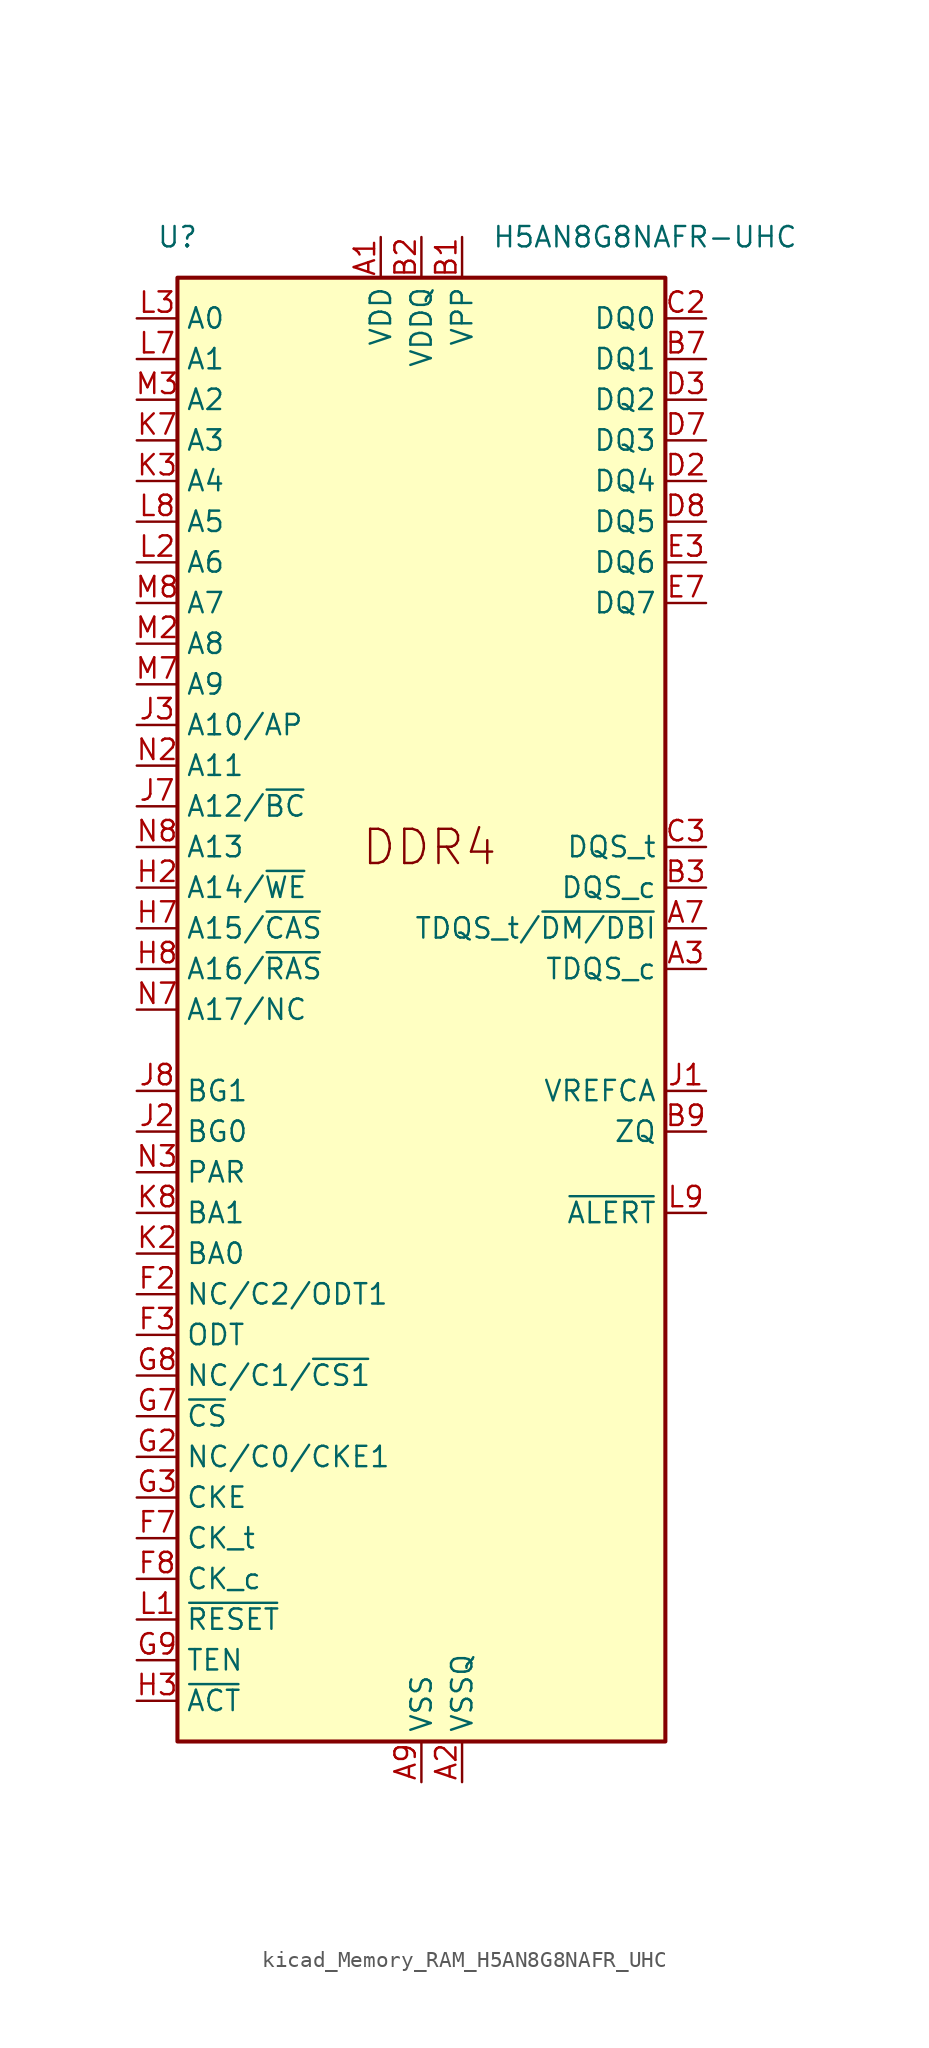
<source format=kicad_sym>
(kicad_symbol_lib
  (version 20220914)
  (generator kicad_symbol_editor)
  (symbol "kicad_Memory_RAM_H5AN8G8NAFR_UHC"
    (property "Reference" "U"
      (at -15.24 48.26 0)
      (effects (font (size 1.27 1.27))))
    (property "Value" "H5AN8G8NAFR-UHC"
      (at 13.97 48.26 0)
      (effects (font (size 1.27 1.27))))
    (symbol "kicad_Memory_RAM_H5AN8G8NAFR_UHC_0_1"
      (rectangle (start -15.24 -45.72) (end 15.24 45.72) (stroke (width 0.254) (type default)) (fill (type background)))
      (pin power_in line (at -2.54 48.26 270) (length 2.54) (name "VDD" (effects (font (size 1.27 1.27)))) (number "A1" (effects (font (size 1.27 1.27)))))
      (pin power_in line (at 2.54 -48.26 90) (length 2.54) (name "VSSQ" (effects (font (size 1.27 1.27)))) (number "A2" (effects (font (size 1.27 1.27)))))
      (pin output line (at 17.78 2.54 180) (length 2.54) (name "TDQS_c" (effects (font (size 1.27 1.27)))) (number "A3" (effects (font (size 1.27 1.27)))))
      (pin bidirectional line (at 17.78 5.08 180) (length 2.54) (name "TDQS_t/~{DM/DBI}" (effects (font (size 1.27 1.27)))) (number "A7" (effects (font (size 1.27 1.27)))))
      (pin passive line (at 2.54 -48.26 90) (length 2.54) hide (name "VSSQ" (effects (font (size 1.27 1.27)))) (number "A8" (effects (font (size 1.27 1.27)))))
      (pin power_in line (at 0 -48.26 90) (length 2.54) (name "VSS" (effects (font (size 1.27 1.27)))) (number "A9" (effects (font (size 1.27 1.27)))))
      (pin power_in line (at 2.54 48.26 270) (length 2.54) (name "VPP" (effects (font (size 1.27 1.27)))) (number "B1" (effects (font (size 1.27 1.27)))))
      (pin power_in line (at 0 48.26 270) (length 2.54) (name "VDDQ" (effects (font (size 1.27 1.27)))) (number "B2" (effects (font (size 1.27 1.27)))))
      (pin bidirectional line (at 17.78 7.62 180) (length 2.54) (name "DQS_c" (effects (font (size 1.27 1.27)))) (number "B3" (effects (font (size 1.27 1.27)))))
      (pin bidirectional line (at 17.78 40.64 180) (length 2.54) (name "DQ1" (effects (font (size 1.27 1.27)))) (number "B7" (effects (font (size 1.27 1.27)))))
      (pin passive line (at 0 48.26 270) (length 2.54) hide (name "VDDQ" (effects (font (size 1.27 1.27)))) (number "B8" (effects (font (size 1.27 1.27)))))
      (pin passive line (at 17.78 -7.62 180) (length 2.54) (name "ZQ" (effects (font (size 1.27 1.27)))) (number "B9" (effects (font (size 1.27 1.27)))))
      (pin passive line (at 0 48.26 270) (length 2.54) hide (name "VDDQ" (effects (font (size 1.27 1.27)))) (number "C1" (effects (font (size 1.27 1.27)))))
      (pin bidirectional line (at 17.78 43.18 180) (length 2.54) (name "DQ0" (effects (font (size 1.27 1.27)))) (number "C2" (effects (font (size 1.27 1.27)))))
      (pin bidirectional line (at 17.78 10.16 180) (length 2.54) (name "DQS_t" (effects (font (size 1.27 1.27)))) (number "C3" (effects (font (size 1.27 1.27)))))
      (pin passive line (at -2.54 48.26 270) (length 2.54) hide (name "VDD" (effects (font (size 1.27 1.27)))) (number "C7" (effects (font (size 1.27 1.27)))))
      (pin passive line (at 0 -48.26 90) (length 2.54) hide (name "VSS" (effects (font (size 1.27 1.27)))) (number "C8" (effects (font (size 1.27 1.27)))))
      (pin passive line (at 0 48.26 270) (length 2.54) hide (name "VDDQ" (effects (font (size 1.27 1.27)))) (number "C9" (effects (font (size 1.27 1.27)))))
      (pin passive line (at 2.54 -48.26 90) (length 2.54) hide (name "VSSQ" (effects (font (size 1.27 1.27)))) (number "D1" (effects (font (size 1.27 1.27)))))
      (pin bidirectional line (at 17.78 33.02 180) (length 2.54) (name "DQ4" (effects (font (size 1.27 1.27)))) (number "D2" (effects (font (size 1.27 1.27)))))
      (pin bidirectional line (at 17.78 38.1 180) (length 2.54) (name "DQ2" (effects (font (size 1.27 1.27)))) (number "D3" (effects (font (size 1.27 1.27)))))
      (pin bidirectional line (at 17.78 35.56 180) (length 2.54) (name "DQ3" (effects (font (size 1.27 1.27)))) (number "D7" (effects (font (size 1.27 1.27)))))
      (pin bidirectional line (at 17.78 30.48 180) (length 2.54) (name "DQ5" (effects (font (size 1.27 1.27)))) (number "D8" (effects (font (size 1.27 1.27)))))
      (pin passive line (at 2.54 -48.26 90) (length 2.54) hide (name "VSSQ" (effects (font (size 1.27 1.27)))) (number "D9" (effects (font (size 1.27 1.27)))))
      (pin passive line (at 0 -48.26 90) (length 2.54) hide (name "VSS" (effects (font (size 1.27 1.27)))) (number "E1" (effects (font (size 1.27 1.27)))))
      (pin passive line (at 0 48.26 270) (length 2.54) hide (name "VDDQ" (effects (font (size 1.27 1.27)))) (number "E2" (effects (font (size 1.27 1.27)))))
      (pin bidirectional line (at 17.78 27.94 180) (length 2.54) (name "DQ6" (effects (font (size 1.27 1.27)))) (number "E3" (effects (font (size 1.27 1.27)))))
      (pin bidirectional line (at 17.78 25.4 180) (length 2.54) (name "DQ7" (effects (font (size 1.27 1.27)))) (number "E7" (effects (font (size 1.27 1.27)))))
      (pin passive line (at 0 48.26 270) (length 2.54) hide (name "VDDQ" (effects (font (size 1.27 1.27)))) (number "E8" (effects (font (size 1.27 1.27)))))
      (pin passive line (at 0 -48.26 90) (length 2.54) hide (name "VSS" (effects (font (size 1.27 1.27)))) (number "E9" (effects (font (size 1.27 1.27)))))
      (pin passive line (at -2.54 48.26 270) (length 2.54) hide (name "VDD" (effects (font (size 1.27 1.27)))) (number "F1" (effects (font (size 1.27 1.27)))))
      (pin passive line (at -17.78 -17.78 0) (length 2.54) (name "NC/C2/ODT1" (effects (font (size 1.27 1.27)))) (number "F2" (effects (font (size 1.27 1.27)))))
      (pin input line (at -17.78 -20.32 0) (length 2.54) (name "ODT" (effects (font (size 1.27 1.27)))) (number "F3" (effects (font (size 1.27 1.27)))))
      (pin input line (at -17.78 -33.02 0) (length 2.54) (name "CK_t" (effects (font (size 1.27 1.27)))) (number "F7" (effects (font (size 1.27 1.27)))))
      (pin input line (at -17.78 -35.56 0) (length 2.54) (name "CK_c" (effects (font (size 1.27 1.27)))) (number "F8" (effects (font (size 1.27 1.27)))))
      (pin passive line (at -2.54 48.26 270) (length 2.54) hide (name "VDD" (effects (font (size 1.27 1.27)))) (number "F9" (effects (font (size 1.27 1.27)))))
      (pin passive line (at 0 -48.26 90) (length 2.54) hide (name "VSS" (effects (font (size 1.27 1.27)))) (number "G1" (effects (font (size 1.27 1.27)))))
      (pin passive line (at -17.78 -27.94 0) (length 2.54) (name "NC/C0/CKE1" (effects (font (size 1.27 1.27)))) (number "G2" (effects (font (size 1.27 1.27)))))
      (pin input line (at -17.78 -30.48 0) (length 2.54) (name "CKE" (effects (font (size 1.27 1.27)))) (number "G3" (effects (font (size 1.27 1.27)))))
      (pin input line (at -17.78 -25.4 0) (length 2.54) (name "~{CS}" (effects (font (size 1.27 1.27)))) (number "G7" (effects (font (size 1.27 1.27)))))
      (pin passive line (at -17.78 -22.86 0) (length 2.54) (name "NC/C1/~{CS1}" (effects (font (size 1.27 1.27)))) (number "G8" (effects (font (size 1.27 1.27)))))
      (pin input line (at -17.78 -40.64 0) (length 2.54) (name "TEN" (effects (font (size 1.27 1.27)))) (number "G9" (effects (font (size 1.27 1.27)))))
      (pin passive line (at -2.54 48.26 270) (length 2.54) hide (name "VDD" (effects (font (size 1.27 1.27)))) (number "H1" (effects (font (size 1.27 1.27)))))
      (pin input line (at -17.78 7.62 0) (length 2.54) (name "A14/~{WE}" (effects (font (size 1.27 1.27)))) (number "H2" (effects (font (size 1.27 1.27)))))
      (pin input line (at -17.78 -43.18 0) (length 2.54) (name "~{ACT}" (effects (font (size 1.27 1.27)))) (number "H3" (effects (font (size 1.27 1.27)))))
      (pin input line (at -17.78 5.08 0) (length 2.54) (name "A15/~{CAS}" (effects (font (size 1.27 1.27)))) (number "H7" (effects (font (size 1.27 1.27)))))
      (pin input line (at -17.78 2.54 0) (length 2.54) (name "A16/~{RAS}" (effects (font (size 1.27 1.27)))) (number "H8" (effects (font (size 1.27 1.27)))))
      (pin passive line (at 0 -48.26 90) (length 2.54) hide (name "VSS" (effects (font (size 1.27 1.27)))) (number "H9" (effects (font (size 1.27 1.27)))))
      (pin passive line (at 17.78 -5.08 180) (length 2.54) (name "VREFCA" (effects (font (size 1.27 1.27)))) (number "J1" (effects (font (size 1.27 1.27)))))
      (pin input line (at -17.78 -7.62 0) (length 2.54) (name "BG0" (effects (font (size 1.27 1.27)))) (number "J2" (effects (font (size 1.27 1.27)))))
      (pin input line (at -17.78 17.78 0) (length 2.54) (name "A10/AP" (effects (font (size 1.27 1.27)))) (number "J3" (effects (font (size 1.27 1.27)))))
      (pin input line (at -17.78 12.7 0) (length 2.54) (name "A12/~{BC}" (effects (font (size 1.27 1.27)))) (number "J7" (effects (font (size 1.27 1.27)))))
      (pin input line (at -17.78 -5.08 0) (length 2.54) (name "BG1" (effects (font (size 1.27 1.27)))) (number "J8" (effects (font (size 1.27 1.27)))))
      (pin passive line (at -2.54 48.26 270) (length 2.54) hide (name "VDD" (effects (font (size 1.27 1.27)))) (number "J9" (effects (font (size 1.27 1.27)))))
      (pin passive line (at 0 -48.26 90) (length 2.54) hide (name "VSS" (effects (font (size 1.27 1.27)))) (number "K1" (effects (font (size 1.27 1.27)))))
      (pin input line (at -17.78 -15.24 0) (length 2.54) (name "BA0" (effects (font (size 1.27 1.27)))) (number "K2" (effects (font (size 1.27 1.27)))))
      (pin input line (at -17.78 33.02 0) (length 2.54) (name "A4" (effects (font (size 1.27 1.27)))) (number "K3" (effects (font (size 1.27 1.27)))))
      (pin input line (at -17.78 35.56 0) (length 2.54) (name "A3" (effects (font (size 1.27 1.27)))) (number "K7" (effects (font (size 1.27 1.27)))))
      (pin input line (at -17.78 -12.7 0) (length 2.54) (name "BA1" (effects (font (size 1.27 1.27)))) (number "K8" (effects (font (size 1.27 1.27)))))
      (pin passive line (at 0 -48.26 90) (length 2.54) hide (name "VSS" (effects (font (size 1.27 1.27)))) (number "K9" (effects (font (size 1.27 1.27)))))
      (pin input line (at -17.78 -38.1 0) (length 2.54) (name "~{RESET}" (effects (font (size 1.27 1.27)))) (number "L1" (effects (font (size 1.27 1.27)))))
      (pin input line (at -17.78 27.94 0) (length 2.54) (name "A6" (effects (font (size 1.27 1.27)))) (number "L2" (effects (font (size 1.27 1.27)))))
      (pin input line (at -17.78 43.18 0) (length 2.54) (name "A0" (effects (font (size 1.27 1.27)))) (number "L3" (effects (font (size 1.27 1.27)))))
      (pin input line (at -17.78 40.64 0) (length 2.54) (name "A1" (effects (font (size 1.27 1.27)))) (number "L7" (effects (font (size 1.27 1.27)))))
      (pin input line (at -17.78 30.48 0) (length 2.54) (name "A5" (effects (font (size 1.27 1.27)))) (number "L8" (effects (font (size 1.27 1.27)))))
      (pin open_collector line (at 17.78 -12.7 180) (length 2.54) (name "~{ALERT}" (effects (font (size 1.27 1.27)))) (number "L9" (effects (font (size 1.27 1.27)))))
      (pin passive line (at -2.54 48.26 270) (length 2.54) hide (name "VDD" (effects (font (size 1.27 1.27)))) (number "M1" (effects (font (size 1.27 1.27)))))
      (pin input line (at -17.78 22.86 0) (length 2.54) (name "A8" (effects (font (size 1.27 1.27)))) (number "M2" (effects (font (size 1.27 1.27)))))
      (pin input line (at -17.78 38.1 0) (length 2.54) (name "A2" (effects (font (size 1.27 1.27)))) (number "M3" (effects (font (size 1.27 1.27)))))
      (pin input line (at -17.78 20.32 0) (length 2.54) (name "A9" (effects (font (size 1.27 1.27)))) (number "M7" (effects (font (size 1.27 1.27)))))
      (pin input line (at -17.78 25.4 0) (length 2.54) (name "A7" (effects (font (size 1.27 1.27)))) (number "M8" (effects (font (size 1.27 1.27)))))
      (pin passive line (at 2.54 48.26 270) (length 2.54) hide (name "VPP" (effects (font (size 1.27 1.27)))) (number "M9" (effects (font (size 1.27 1.27)))))
      (pin passive line (at 0 -48.26 90) (length 2.54) hide (name "VSS" (effects (font (size 1.27 1.27)))) (number "N1" (effects (font (size 1.27 1.27)))))
      (pin input line (at -17.78 15.24 0) (length 2.54) (name "A11" (effects (font (size 1.27 1.27)))) (number "N2" (effects (font (size 1.27 1.27)))))
      (pin input line (at -17.78 -10.16 0) (length 2.54) (name "PAR" (effects (font (size 1.27 1.27)))) (number "N3" (effects (font (size 1.27 1.27)))))
      (pin passive line (at -17.78 0 0) (length 2.54) (name "A17/NC" (effects (font (size 1.27 1.27)))) (number "N7" (effects (font (size 1.27 1.27)))))
      (pin input line (at -17.78 10.16 0) (length 2.54) (name "A13" (effects (font (size 1.27 1.27)))) (number "N8" (effects (font (size 1.27 1.27)))))
      (pin passive line (at -2.54 48.26 270) (length 2.54) hide (name "VDD" (effects (font (size 1.27 1.27)))) (number "N9" (effects (font (size 1.27 1.27))))))
    (symbol "kicad_Memory_RAM_H5AN8G8NAFR_UHC_1_1"
      (text "DDR4" (at -3.81 8.89 0) (effects (font (size 2.134 2.134)) (justify left bottom))))))
</source>
